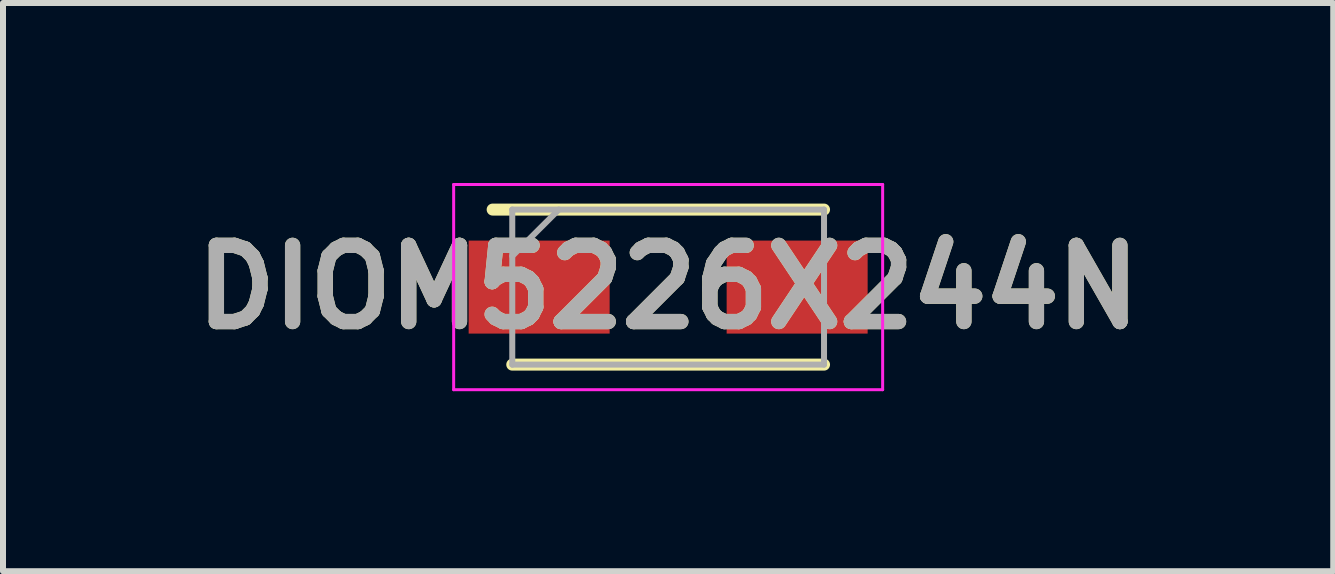
<source format=kicad_pcb>
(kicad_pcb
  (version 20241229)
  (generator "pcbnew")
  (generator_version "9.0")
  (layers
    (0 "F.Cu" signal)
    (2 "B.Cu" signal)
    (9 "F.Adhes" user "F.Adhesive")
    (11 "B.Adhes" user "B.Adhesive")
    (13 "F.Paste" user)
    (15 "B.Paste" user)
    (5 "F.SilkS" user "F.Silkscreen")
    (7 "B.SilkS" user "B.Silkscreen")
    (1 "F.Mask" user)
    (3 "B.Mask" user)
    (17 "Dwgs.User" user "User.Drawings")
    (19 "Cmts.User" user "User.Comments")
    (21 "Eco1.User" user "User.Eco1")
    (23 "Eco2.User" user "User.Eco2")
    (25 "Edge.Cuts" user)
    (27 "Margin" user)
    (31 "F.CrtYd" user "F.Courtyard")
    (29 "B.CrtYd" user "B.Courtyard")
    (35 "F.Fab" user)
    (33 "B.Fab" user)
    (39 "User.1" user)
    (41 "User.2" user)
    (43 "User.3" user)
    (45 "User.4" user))
  (footprint "DIOM5226X244N"
    (layer "F.Cu")
    (at 8.086 1.735)
    (property "Reference" "DIOM5226X244N" (at 0 0 0) (layer "F.SilkS") (effects (font (size 1.27 1.27) (thickness 0.254))))
    (attr smd)
    (fp_line (start -2.598 1.292) (end 2.598 1.292) (stroke (width 0.2) (type solid)) (layer "F.SilkS"))
    (fp_line (start 2.598 -1.292) (end -2.925 -1.292) (stroke (width 0.2) (type solid)) (layer "F.SilkS"))
    (fp_line (start -3.575 -1.71) (end 3.575 -1.71) (stroke (width 0.05) (type solid)) (layer "F.CrtYd"))
    (fp_line (start -3.575 1.71) (end -3.575 -1.71) (stroke (width 0.05) (type solid)) (layer "F.CrtYd"))
    (fp_line (start 3.575 -1.71) (end 3.575 1.71) (stroke (width 0.05) (type solid)) (layer "F.CrtYd"))
    (fp_line (start 3.575 1.71) (end -3.575 1.71) (stroke (width 0.05) (type solid)) (layer "F.CrtYd"))
    (fp_line (start -2.598 -1.292) (end 2.598 -1.292) (stroke (width 0.1) (type solid)) (layer "F.Fab"))
    (fp_line (start -2.598 -0.518) (end -1.822 -1.292) (stroke (width 0.1) (type solid)) (layer "F.Fab"))
    (fp_line (start -2.598 1.292) (end -2.598 -1.292) (stroke (width 0.1) (type solid)) (layer "F.Fab"))
    (fp_line (start 2.598 -1.292) (end 2.598 1.292) (stroke (width 0.1) (type solid)) (layer "F.Fab"))
    (fp_line (start 2.598 1.292) (end -2.598 1.292) (stroke (width 0.1) (type solid)) (layer "F.Fab"))
    (fp_text user "${REFERENCE}" (at 0 0 0) (layer "F.Fab") (effects (font (size 1.27 1.27) (thickness 0.254))))
    (pad "1" smd rect (at -2.15 0 90) (size 1.55 2.35) (layers "F.Cu" "F.Mask" "F.Paste"))
    (pad "2" smd rect (at 2.15 0 90) (size 1.55 2.35) (layers "F.Cu" "F.Mask" "F.Paste")))
  (gr_rect
    (start -3 -3)
    (end 19.171 6.47)
    (stroke (width 0.1) (type default))
    (fill no)
    (layer "Edge.Cuts")))
</source>
